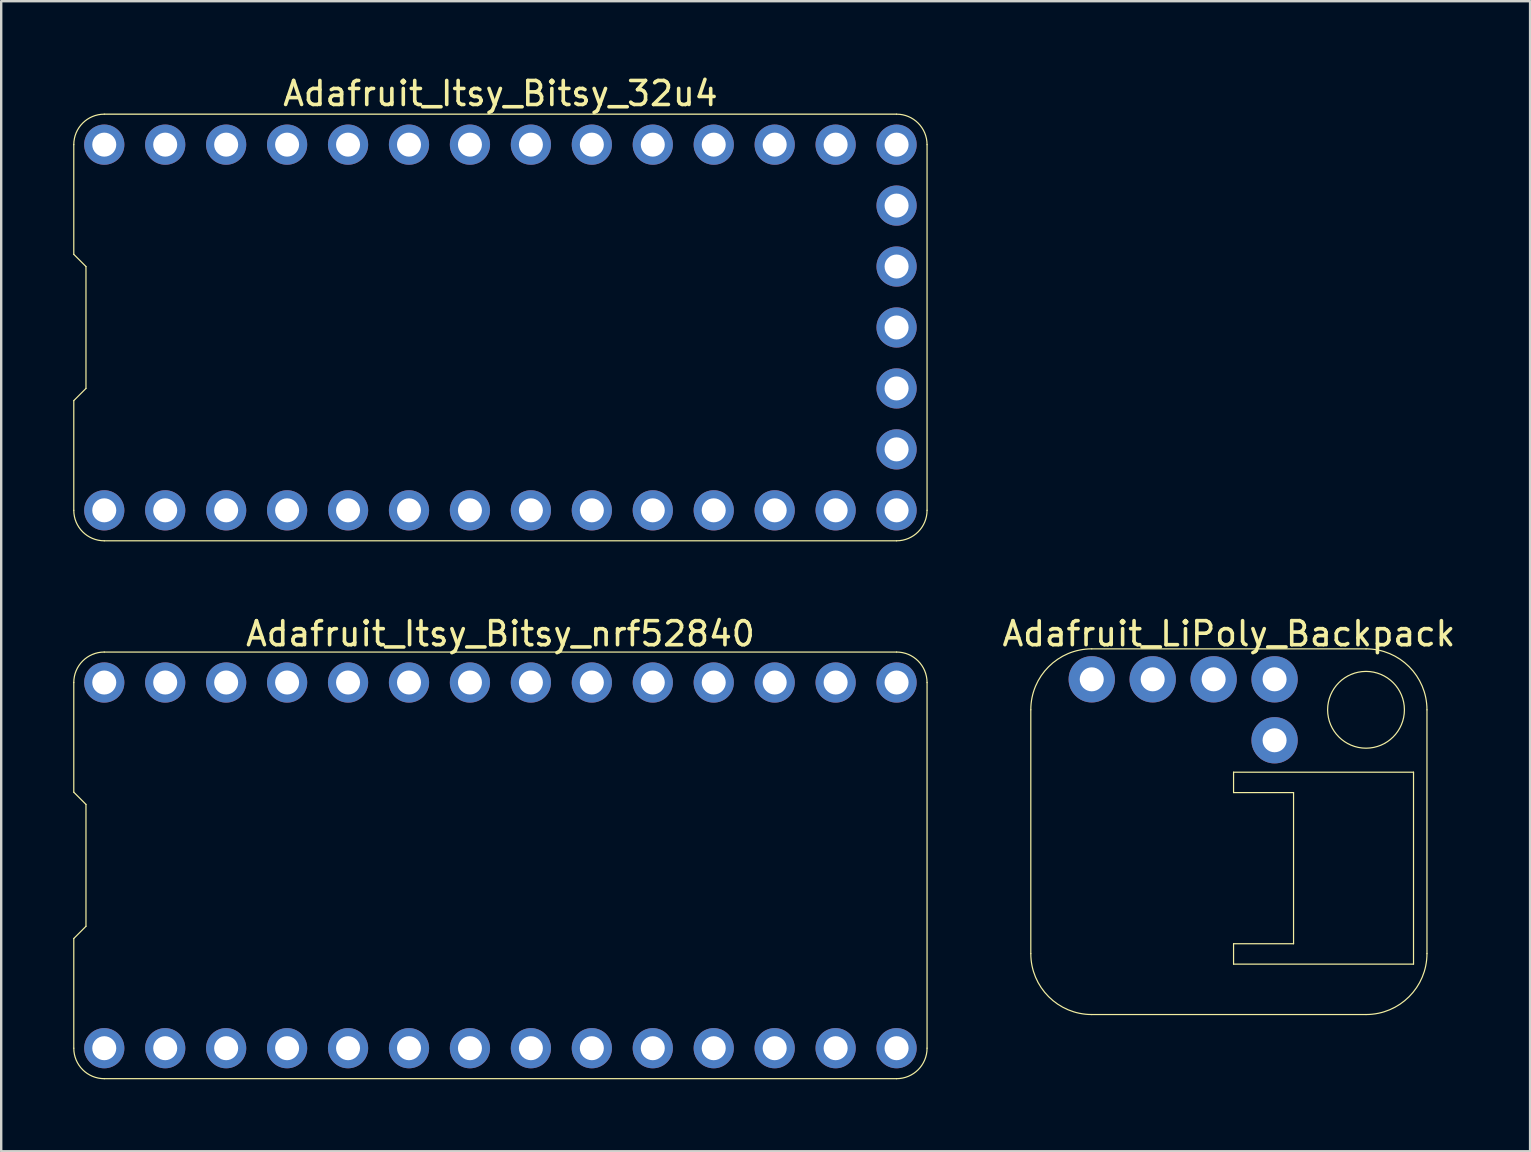
<source format=kicad_pcb>
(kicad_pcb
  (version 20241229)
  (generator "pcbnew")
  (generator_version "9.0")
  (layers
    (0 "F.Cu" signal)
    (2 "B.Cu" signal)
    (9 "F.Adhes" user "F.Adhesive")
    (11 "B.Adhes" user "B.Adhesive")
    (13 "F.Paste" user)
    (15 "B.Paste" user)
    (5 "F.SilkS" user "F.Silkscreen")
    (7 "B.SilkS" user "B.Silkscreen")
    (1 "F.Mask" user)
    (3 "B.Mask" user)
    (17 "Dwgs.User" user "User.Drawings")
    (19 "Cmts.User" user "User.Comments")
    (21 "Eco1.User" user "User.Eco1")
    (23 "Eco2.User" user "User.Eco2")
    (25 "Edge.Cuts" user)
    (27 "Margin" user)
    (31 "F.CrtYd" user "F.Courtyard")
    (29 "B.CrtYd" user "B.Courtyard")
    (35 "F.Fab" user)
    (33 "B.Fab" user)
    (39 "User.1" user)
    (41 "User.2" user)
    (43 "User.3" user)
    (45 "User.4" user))
  (footprint "Adafruit_Itsy_Bitsy_nrf52840"
    (layer "F.Cu")
    (at 17.805 33.014)
    (property "Reference" "Adafruit_Itsy_Bitsy_nrf52840" (at 0 -9.652 0) (layer "F.SilkS") (effects (font (size 1 1) (thickness 0.15))))
    (attr through_hole)
    (fp_line (start -17.78 -7.62) (end -17.78 -3.048) (stroke (width 0.05) (type solid)) (layer "F.SilkS"))
    (fp_line (start -17.78 -3.048) (end -17.272 -2.54) (stroke (width 0.05) (type solid)) (layer "F.SilkS"))
    (fp_line (start -17.78 3.048) (end -17.78 7.62) (stroke (width 0.05) (type solid)) (layer "F.SilkS"))
    (fp_line (start -17.78 3.048) (end -17.272 2.54) (stroke (width 0.05) (type solid)) (layer "F.SilkS"))
    (fp_line (start -17.272 -2.54) (end -17.272 2.54) (stroke (width 0.05) (type solid)) (layer "F.SilkS"))
    (fp_line (start -16.51 -8.89) (end 16.51 -8.89) (stroke (width 0.05) (type solid)) (layer "F.SilkS"))
    (fp_line (start -16.51 8.89) (end 16.51 8.89) (stroke (width 0.05) (type solid)) (layer "F.SilkS"))
    (fp_line (start 17.78 -7.62) (end 17.78 7.62) (stroke (width 0.05) (type solid)) (layer "F.SilkS"))
    (fp_arc (start -17.78 -7.62) (mid -17.408026 -8.518026) (end -16.51 -8.89) (stroke (width 0.05) (type solid)) (layer "F.SilkS"))
    (fp_arc (start -16.51 8.89) (mid -17.408026 8.518026) (end -17.78 7.62) (stroke (width 0.05) (type solid)) (layer "F.SilkS"))
    (fp_arc (start 16.51 -8.89) (mid 17.408026 -8.518026) (end 17.78 -7.62) (stroke (width 0.05) (type solid)) (layer "F.SilkS"))
    (fp_arc (start 17.78 7.62) (mid 17.408026 8.518026) (end 16.51 8.89) (stroke (width 0.05) (type solid)) (layer "F.SilkS"))
    (pad "1" thru_hole circle (at -16.51 -7.62) (size 1.676 1.676) (drill 1) (layers "*.Cu" "*.Mask"))
    (pad "2" thru_hole circle (at -13.97 -7.62) (size 1.676 1.676) (drill 1) (layers "*.Cu" "*.Mask"))
    (pad "3" thru_hole circle (at -11.43 -7.62) (size 1.676 1.676) (drill 1) (layers "*.Cu" "*.Mask"))
    (pad "4" thru_hole circle (at -8.89 -7.62) (size 1.676 1.676) (drill 1) (layers "*.Cu" "*.Mask"))
    (pad "5" thru_hole circle (at -6.35 -7.62) (size 1.676 1.676) (drill 1) (layers "*.Cu" "*.Mask"))
    (pad "6" thru_hole circle (at -3.81 -7.62) (size 1.676 1.676) (drill 1) (layers "*.Cu" "*.Mask"))
    (pad "7" thru_hole circle (at -1.27 -7.62) (size 1.676 1.676) (drill 1) (layers "*.Cu" "*.Mask"))
    (pad "8" thru_hole circle (at 1.27 -7.62) (size 1.676 1.676) (drill 1) (layers "*.Cu" "*.Mask"))
    (pad "9" thru_hole circle (at 3.81 -7.62) (size 1.676 1.676) (drill 1) (layers "*.Cu" "*.Mask"))
    (pad "10" thru_hole circle (at 6.35 -7.62) (size 1.676 1.676) (drill 1) (layers "*.Cu" "*.Mask"))
    (pad "11" thru_hole circle (at 8.89 -7.62) (size 1.676 1.676) (drill 1) (layers "*.Cu" "*.Mask"))
    (pad "12" thru_hole circle (at 11.43 -7.62) (size 1.676 1.676) (drill 1) (layers "*.Cu" "*.Mask"))
    (pad "13" thru_hole circle (at 13.97 -7.62) (size 1.676 1.676) (drill 1) (layers "*.Cu" "*.Mask"))
    (pad "14" thru_hole circle (at 16.51 -7.62) (size 1.676 1.676) (drill 1) (layers "*.Cu" "*.Mask"))
    (pad "15" thru_hole circle (at 16.51 7.62) (size 1.676 1.676) (drill 1) (layers "*.Cu" "*.Mask"))
    (pad "16" thru_hole circle (at 13.97 7.62) (size 1.676 1.676) (drill 1) (layers "*.Cu" "*.Mask"))
    (pad "17" thru_hole circle (at 11.43 7.62) (size 1.676 1.676) (drill 1) (layers "*.Cu" "*.Mask"))
    (pad "18" thru_hole circle (at 8.89 7.62) (size 1.676 1.676) (drill 1) (layers "*.Cu" "*.Mask"))
    (pad "19" thru_hole circle (at 6.35 7.62) (size 1.676 1.676) (drill 1) (layers "*.Cu" "*.Mask"))
    (pad "20" thru_hole circle (at 3.81 7.62) (size 1.676 1.676) (drill 1) (layers "*.Cu" "*.Mask"))
    (pad "21" thru_hole circle (at 1.27 7.62) (size 1.676 1.676) (drill 1) (layers "*.Cu" "*.Mask"))
    (pad "22" thru_hole circle (at -1.27 7.62) (size 1.676 1.676) (drill 1) (layers "*.Cu" "*.Mask"))
    (pad "23" thru_hole circle (at -3.81 7.62) (size 1.676 1.676) (drill 1) (layers "*.Cu" "*.Mask"))
    (pad "24" thru_hole circle (at -6.35 7.62) (size 1.676 1.676) (drill 1) (layers "*.Cu" "*.Mask"))
    (pad "25" thru_hole circle (at -8.89 7.62) (size 1.676 1.676) (drill 1) (layers "*.Cu" "*.Mask"))
    (pad "26" thru_hole circle (at -11.43 7.62) (size 1.676 1.676) (drill 1) (layers "*.Cu" "*.Mask"))
    (pad "27" thru_hole circle (at -13.97 7.62) (size 1.676 1.676) (drill 1) (layers "*.Cu" "*.Mask"))
    (pad "28" thru_hole circle (at -16.51 7.62) (size 1.676 1.676) (drill 1) (layers "*.Cu" "*.Mask")))
  (footprint "Adafruit_LiPoly_Backpack"
    (layer "F.Cu")
    (at 48.164 31.611)
    (property "Reference" "Adafruit_LiPoly_Backpack" (at 0 -8.25 0) (layer "F.SilkS") (effects (font (size 1 1) (thickness 0.15))))
    (attr through_hole)
    (fp_line (start -8.255 -5.08) (end -8.255 5.08) (stroke (width 0.05) (type solid)) (layer "F.SilkS"))
    (fp_line (start -5.715 -7.62) (end 5.715 -7.62) (stroke (width 0.05) (type solid)) (layer "F.SilkS"))
    (fp_line (start -5.715 7.62) (end 5.715 7.62) (stroke (width 0.05) (type solid)) (layer "F.SilkS"))
    (fp_line (start 0.195 -2.48) (end 0.195 -1.63) (stroke (width 0.05) (type solid)) (layer "F.SilkS"))
    (fp_line (start 0.195 -2.48) (end 7.695 -2.48) (stroke (width 0.05) (type solid)) (layer "F.SilkS"))
    (fp_line (start 0.195 -1.63) (end 2.695 -1.63) (stroke (width 0.05) (type solid)) (layer "F.SilkS"))
    (fp_line (start 0.195 4.67) (end 0.195 5.52) (stroke (width 0.05) (type solid)) (layer "F.SilkS"))
    (fp_line (start 0.195 4.67) (end 2.695 4.67) (stroke (width 0.05) (type solid)) (layer "F.SilkS"))
    (fp_line (start 2.695 -1.63) (end 2.695 4.67) (stroke (width 0.05) (type solid)) (layer "F.SilkS"))
    (fp_line (start 7.695 -2.48) (end 7.695 5.52) (stroke (width 0.05) (type solid)) (layer "F.SilkS"))
    (fp_line (start 7.695 5.52) (end 0.195 5.52) (stroke (width 0.05) (type solid)) (layer "F.SilkS"))
    (fp_line (start 8.255 -5.08) (end 8.255 5.08) (stroke (width 0.05) (type solid)) (layer "F.SilkS"))
    (fp_arc (start -8.255 -5.08) (mid -7.511051 -6.876051) (end -5.715 -7.62) (stroke (width 0.05) (type solid)) (layer "F.SilkS"))
    (fp_arc (start -5.715 7.62) (mid -7.511051 6.876051) (end -8.255 5.08) (stroke (width 0.05) (type solid)) (layer "F.SilkS"))
    (fp_arc (start 5.715 -7.62) (mid 7.511051 -6.876051) (end 8.255 -5.08) (stroke (width 0.05) (type solid)) (layer "F.SilkS"))
    (fp_arc (start 8.255 5.08) (mid 7.511051 6.876051) (end 5.715 7.62) (stroke (width 0.05) (type solid)) (layer "F.SilkS"))
    (fp_circle (center 5.715 -5.08) (end 7.315 -5.08) (stroke (width 0.05) (type solid)) (fill no) (layer "F.SilkS"))
    (pad "1" thru_hole circle (at -5.715 -6.35 90) (size 1.93 1.93) (drill 1) (layers "*.Cu" "*.Mask"))
    (pad "2" thru_hole circle (at -3.175 -6.35 90) (size 1.93 1.93) (drill 1) (layers "*.Cu" "*.Mask"))
    (pad "3" thru_hole circle (at -0.635 -6.35 90) (size 1.93 1.93) (drill 1) (layers "*.Cu" "*.Mask"))
    (pad "4" thru_hole circle (at 1.905 -6.35 90) (size 1.93 1.93) (drill 1) (layers "*.Cu" "*.Mask"))
    (pad "5" thru_hole circle (at 1.905 -3.81 90) (size 1.93 1.93) (drill 1) (layers "*.Cu" "*.Mask")))
  (footprint "Adafruit_Itsy_Bitsy_32u4"
    (layer "F.Cu")
    (at 17.805 10.598)
    (property "Reference" "Adafruit_Itsy_Bitsy_32u4" (at 0 -9.75 0) (layer "F.SilkS") (effects (font (size 1 1) (thickness 0.15))))
    (attr through_hole)
    (fp_line (start -17.78 -7.62) (end -17.78 -3.048) (stroke (width 0.05) (type solid)) (layer "F.SilkS"))
    (fp_line (start -17.78 -3.048) (end -17.272 -2.54) (stroke (width 0.05) (type solid)) (layer "F.SilkS"))
    (fp_line (start -17.78 3.048) (end -17.78 7.62) (stroke (width 0.05) (type solid)) (layer "F.SilkS"))
    (fp_line (start -17.78 3.048) (end -17.272 2.54) (stroke (width 0.05) (type solid)) (layer "F.SilkS"))
    (fp_line (start -17.272 -2.54) (end -17.272 2.54) (stroke (width 0.05) (type solid)) (layer "F.SilkS"))
    (fp_line (start -16.51 -8.89) (end 16.51 -8.89) (stroke (width 0.05) (type solid)) (layer "F.SilkS"))
    (fp_line (start -16.51 8.89) (end 16.51 8.89) (stroke (width 0.05) (type solid)) (layer "F.SilkS"))
    (fp_line (start 17.78 -7.62) (end 17.78 7.62) (stroke (width 0.05) (type solid)) (layer "F.SilkS"))
    (fp_arc (start -17.78 -7.62) (mid -17.408026 -8.518026) (end -16.51 -8.89) (stroke (width 0.05) (type solid)) (layer "F.SilkS"))
    (fp_arc (start -16.51 8.89) (mid -17.408026 8.518026) (end -17.78 7.62) (stroke (width 0.05) (type solid)) (layer "F.SilkS"))
    (fp_arc (start 16.51 -8.89) (mid 17.408026 -8.518026) (end 17.78 -7.62) (stroke (width 0.05) (type solid)) (layer "F.SilkS"))
    (fp_arc (start 17.78 7.62) (mid 17.408026 8.518026) (end 16.51 8.89) (stroke (width 0.05) (type solid)) (layer "F.SilkS"))
    (pad "1" thru_hole circle (at -16.51 -7.62) (size 1.676 1.676) (drill 1) (layers "*.Cu" "*.Mask"))
    (pad "2" thru_hole circle (at -13.97 -7.62) (size 1.676 1.676) (drill 1) (layers "*.Cu" "*.Mask"))
    (pad "3" thru_hole circle (at -11.43 -7.62) (size 1.676 1.676) (drill 1) (layers "*.Cu" "*.Mask"))
    (pad "4" thru_hole circle (at -8.89 -7.62) (size 1.676 1.676) (drill 1) (layers "*.Cu" "*.Mask"))
    (pad "5" thru_hole circle (at -6.35 -7.62) (size 1.676 1.676) (drill 1) (layers "*.Cu" "*.Mask"))
    (pad "6" thru_hole circle (at -3.81 -7.62) (size 1.676 1.676) (drill 1) (layers "*.Cu" "*.Mask"))
    (pad "7" thru_hole circle (at -1.27 -7.62) (size 1.676 1.676) (drill 1) (layers "*.Cu" "*.Mask"))
    (pad "8" thru_hole circle (at 1.27 -7.62) (size 1.676 1.676) (drill 1) (layers "*.Cu" "*.Mask"))
    (pad "9" thru_hole circle (at 3.81 -7.62) (size 1.676 1.676) (drill 1) (layers "*.Cu" "*.Mask"))
    (pad "10" thru_hole circle (at 6.35 -7.62) (size 1.676 1.676) (drill 1) (layers "*.Cu" "*.Mask"))
    (pad "11" thru_hole circle (at 8.89 -7.62) (size 1.676 1.676) (drill 1) (layers "*.Cu" "*.Mask"))
    (pad "12" thru_hole circle (at 11.43 -7.62) (size 1.676 1.676) (drill 1) (layers "*.Cu" "*.Mask"))
    (pad "13" thru_hole circle (at 13.97 -7.62) (size 1.676 1.676) (drill 1) (layers "*.Cu" "*.Mask"))
    (pad "14" thru_hole circle (at 16.51 -7.62) (size 1.676 1.676) (drill 1) (layers "*.Cu" "*.Mask"))
    (pad "15" thru_hole circle (at 16.51 -5.08) (size 1.676 1.676) (drill 1) (layers "*.Cu" "*.Mask"))
    (pad "16" thru_hole circle (at 16.51 -2.54) (size 1.676 1.676) (drill 1) (layers "*.Cu" "*.Mask"))
    (pad "17" thru_hole circle (at 16.51 0) (size 1.676 1.676) (drill 1) (layers "*.Cu" "*.Mask"))
    (pad "18" thru_hole circle (at 16.51 2.54) (size 1.676 1.676) (drill 1) (layers "*.Cu" "*.Mask"))
    (pad "19" thru_hole circle (at 16.51 5.08) (size 1.676 1.676) (drill 1) (layers "*.Cu" "*.Mask"))
    (pad "20" thru_hole circle (at 16.51 7.62) (size 1.676 1.676) (drill 1) (layers "*.Cu" "*.Mask"))
    (pad "21" thru_hole circle (at 13.97 7.62) (size 1.676 1.676) (drill 1) (layers "*.Cu" "*.Mask"))
    (pad "22" thru_hole circle (at 11.43 7.62) (size 1.676 1.676) (drill 1) (layers "*.Cu" "*.Mask"))
    (pad "23" thru_hole circle (at 8.89 7.62) (size 1.676 1.676) (drill 1) (layers "*.Cu" "*.Mask"))
    (pad "24" thru_hole circle (at 6.35 7.62) (size 1.676 1.676) (drill 1) (layers "*.Cu" "*.Mask"))
    (pad "25" thru_hole circle (at 3.81 7.62) (size 1.676 1.676) (drill 1) (layers "*.Cu" "*.Mask"))
    (pad "26" thru_hole circle (at 1.27 7.62) (size 1.676 1.676) (drill 1) (layers "*.Cu" "*.Mask"))
    (pad "27" thru_hole circle (at -1.27 7.62) (size 1.676 1.676) (drill 1) (layers "*.Cu" "*.Mask"))
    (pad "28" thru_hole circle (at -3.81 7.62) (size 1.676 1.676) (drill 1) (layers "*.Cu" "*.Mask"))
    (pad "29" thru_hole circle (at -6.35 7.62) (size 1.676 1.676) (drill 1) (layers "*.Cu" "*.Mask"))
    (pad "30" thru_hole circle (at -8.89 7.62) (size 1.676 1.676) (drill 1) (layers "*.Cu" "*.Mask"))
    (pad "31" thru_hole circle (at -11.43 7.62) (size 1.676 1.676) (drill 1) (layers "*.Cu" "*.Mask"))
    (pad "32" thru_hole circle (at -13.97 7.62) (size 1.676 1.676) (drill 1) (layers "*.Cu" "*.Mask"))
    (pad "33" thru_hole circle (at -16.51 7.62) (size 1.676 1.676) (drill 1) (layers "*.Cu" "*.Mask")))
  (gr_rect
    (start -3 -3)
    (end 60.717 44.928)
    (stroke (width 0.1) (type default))
    (fill no)
    (layer "Edge.Cuts")))
</source>
